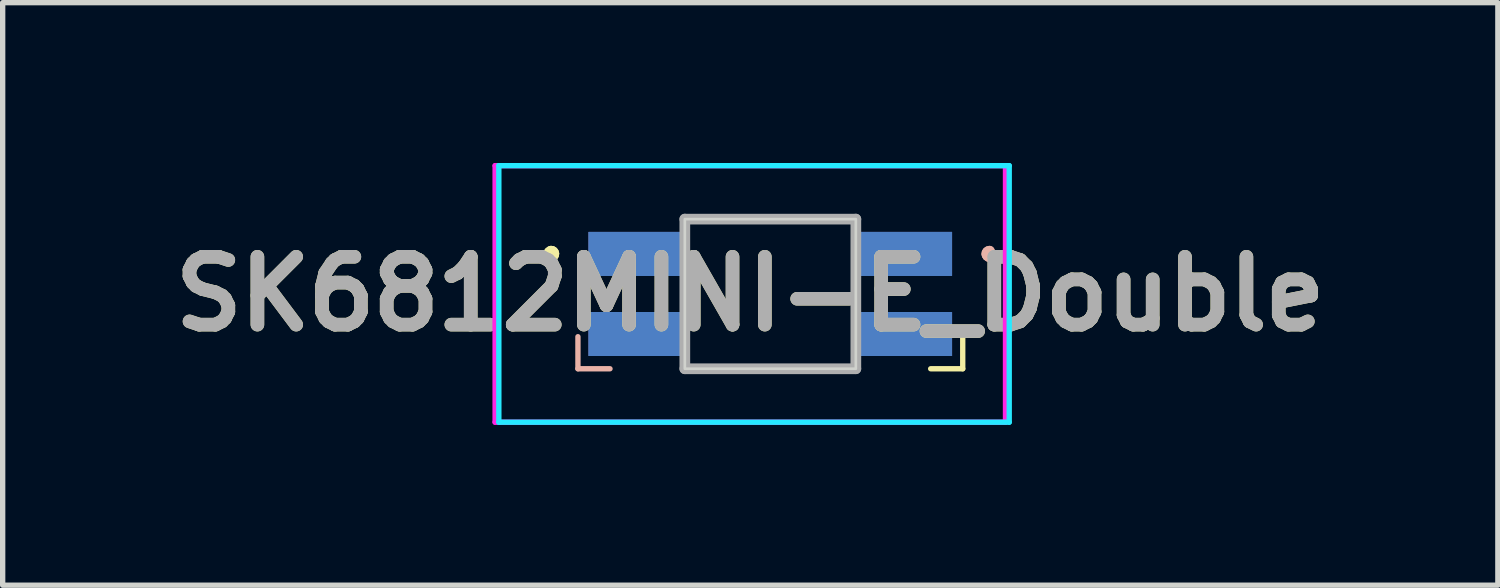
<source format=kicad_pcb>
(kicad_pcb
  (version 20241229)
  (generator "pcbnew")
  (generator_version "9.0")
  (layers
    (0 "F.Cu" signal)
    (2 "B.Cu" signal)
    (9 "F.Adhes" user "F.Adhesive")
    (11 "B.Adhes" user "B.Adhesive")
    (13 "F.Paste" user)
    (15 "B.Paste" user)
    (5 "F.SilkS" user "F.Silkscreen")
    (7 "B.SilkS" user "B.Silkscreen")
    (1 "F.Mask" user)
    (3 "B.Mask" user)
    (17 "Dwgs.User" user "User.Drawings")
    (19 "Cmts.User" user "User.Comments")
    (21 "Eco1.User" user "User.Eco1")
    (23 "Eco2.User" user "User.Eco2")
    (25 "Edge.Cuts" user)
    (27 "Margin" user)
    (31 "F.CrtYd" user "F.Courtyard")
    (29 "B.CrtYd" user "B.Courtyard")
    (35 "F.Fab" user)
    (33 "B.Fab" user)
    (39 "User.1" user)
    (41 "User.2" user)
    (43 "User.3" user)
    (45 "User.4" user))
  (footprint "SK6812MINI-E_Double"
    (layer "F.Cu")
    (at 11.364 2.45)
    (property "Reference" "SK6812MINI-E_Double" (at -0.375 0 0) (layer "F.SilkS") (effects (font (size 1.27 1.27) (thickness 0.254))))
    (attr smd)
    (fp_line (start -4.1 -0.7) (end -4.1 -0.7) (stroke (width 0.2) (type solid)) (layer "F.SilkS"))
    (fp_line (start -4.1 -0.7) (end -4.1 -0.7) (stroke (width 0.2) (type solid)) (layer "F.SilkS"))
    (fp_line (start -1.25 -1.4) (end -1.25 -1.4) (stroke (width 0.1) (type solid)) (layer "F.SilkS"))
    (fp_line (start -1.25 1.4) (end -1.25 1.4) (stroke (width 0.1) (type solid)) (layer "F.SilkS"))
    (fp_line (start 1.25 -1.4) (end -1.25 -1.4) (stroke (width 0.1) (type solid)) (layer "F.SilkS"))
    (fp_line (start 1.25 -1.4) (end 1.25 -1.4) (stroke (width 0.1) (type solid)) (layer "F.SilkS"))
    (fp_line (start 1.25 1.4) (end -1.25 1.4) (stroke (width 0.1) (type solid)) (layer "F.SilkS"))
    (fp_line (start 1.25 1.4) (end 1.25 1.4) (stroke (width 0.1) (type solid)) (layer "F.SilkS"))
    (fp_line (start 3 1.4) (end 3.6 1.4) (stroke (width 0.1) (type default)) (layer "F.SilkS"))
    (fp_line (start 3.6 1.4) (end 3.6 0.8) (stroke (width 0.1) (type default)) (layer "F.SilkS"))
    (fp_arc (start -4.1 -0.8) (mid -4.05 -0.75) (end -4.1 -0.7) (stroke (width 0.2) (type solid)) (layer "F.SilkS"))
    (fp_arc (start -4.1 -0.8) (mid -4.05 -0.75) (end -4.1 -0.7) (stroke (width 0.2) (type solid)) (layer "F.SilkS"))
    (fp_arc (start -4.1 -0.7) (mid -4.15 -0.75) (end -4.1 -0.8) (stroke (width 0.2) (type solid)) (layer "F.SilkS"))
    (fp_line (start -3.6 1.4) (end -3.6 0.8) (stroke (width 0.1) (type default)) (layer "B.SilkS"))
    (fp_line (start -3 1.4) (end -3.6 1.4) (stroke (width 0.1) (type default)) (layer "B.SilkS"))
    (fp_line (start -1.25 -1.4) (end -1.25 -1.4) (stroke (width 0.1) (type solid)) (layer "B.SilkS"))
    (fp_line (start -1.25 -1.4) (end 1.25 -1.4) (stroke (width 0.1) (type solid)) (layer "B.SilkS"))
    (fp_line (start -1.25 1.4) (end -1.25 1.4) (stroke (width 0.1) (type solid)) (layer "B.SilkS"))
    (fp_line (start -1.25 1.4) (end 1.25 1.4) (stroke (width 0.1) (type solid)) (layer "B.SilkS"))
    (fp_line (start 1.25 -1.4) (end 1.25 -1.4) (stroke (width 0.1) (type solid)) (layer "B.SilkS"))
    (fp_line (start 1.25 1.4) (end 1.25 1.4) (stroke (width 0.1) (type solid)) (layer "B.SilkS"))
    (fp_line (start 4.1 -0.7) (end 4.1 -0.7) (stroke (width 0.2) (type solid)) (layer "B.SilkS"))
    (fp_line (start 4.1 -0.7) (end 4.1 -0.7) (stroke (width 0.2) (type solid)) (layer "B.SilkS"))
    (fp_arc (start 4.1 -0.7) (mid 4.05 -0.75) (end 4.1 -0.8) (stroke (width 0.2) (type solid)) (layer "B.SilkS"))
    (fp_arc (start 4.1 -0.7) (mid 4.05 -0.75) (end 4.1 -0.8) (stroke (width 0.2) (type solid)) (layer "B.SilkS"))
    (fp_rect (start -1.6 -1.4) (end 1.6 1.4) (stroke (width 0.05) (type default)) (fill no) (layer "Edge.Cuts"))
    (fp_line (start -5.08 -2.4) (end -5.08 2.4) (stroke (width 0.1) (type solid)) (layer "B.CrtYd"))
    (fp_line (start -5.08 2.4) (end 4.47 2.4) (stroke (width 0.1) (type solid)) (layer "B.CrtYd"))
    (fp_line (start 4.47 -2.4) (end -5.08 -2.4) (stroke (width 0.1) (type solid)) (layer "B.CrtYd"))
    (fp_line (start 4.47 2.4) (end 4.47 -2.4) (stroke (width 0.1) (type solid)) (layer "B.CrtYd"))
    (fp_line (start -5.15 -2.4) (end 4.4 -2.4) (stroke (width 0.1) (type solid)) (layer "F.CrtYd"))
    (fp_line (start -5.15 2.4) (end -5.15 -2.4) (stroke (width 0.1) (type solid)) (layer "F.CrtYd"))
    (fp_line (start 4.4 -2.4) (end 4.4 2.4) (stroke (width 0.1) (type solid)) (layer "F.CrtYd"))
    (fp_line (start 4.4 2.4) (end -5.15 2.4) (stroke (width 0.1) (type solid)) (layer "F.CrtYd"))
    (fp_line (start -1.6 -1.4) (end -1.6 1.4) (stroke (width 0.2) (type solid)) (layer "F.Fab"))
    (fp_line (start -1.6 1.4) (end 1.6 1.4) (stroke (width 0.2) (type solid)) (layer "F.Fab"))
    (fp_line (start 1.6 -1.4) (end -1.6 -1.4) (stroke (width 0.2) (type solid)) (layer "F.Fab"))
    (fp_line (start 1.6 1.4) (end 1.6 -1.4) (stroke (width 0.2) (type solid)) (layer "F.Fab"))
    (fp_text user "${REFERENCE}" (at -0.375 0 0) (layer "F.Fab") (effects (font (size 1.27 1.27) (thickness 0.254))))
    (pad "1" smd rect (at -2.5 -0.75 90) (size 0.82 1.8) (layers "F.Cu" "F.Mask" "F.Paste"))
    (pad "1" smd rect (at 2.5 -0.75 270) (size 0.82 1.8) (layers "B.Cu" "B.Mask" "B.Paste"))
    (pad "1" smd rect (at 2.5 -0.75 270) (size 0.82 1.8) (layers "B.Cu" "B.Mask" "B.Paste"))
    (pad "1" smd rect (at 2.5 -0.75 270) (size 0.82 1.8) (layers "B.Cu" "B.Mask" "B.Paste"))
    (pad "2" smd rect (at -2.5 0.75 90) (size 0.82 1.8) (layers "F.Cu" "F.Mask" "F.Paste"))
    (pad "2" smd rect (at 2.5 0.75 270) (size 0.82 1.8) (layers "B.Cu" "B.Mask" "B.Paste"))
    (pad "2" smd rect (at 2.5 0.75 270) (size 0.82 1.8) (layers "B.Cu" "B.Mask" "B.Paste"))
    (pad "2" smd rect (at 2.5 0.75 270) (size 0.82 1.8) (layers "B.Cu" "B.Mask" "B.Paste"))
    (pad "3" smd rect (at -2.5 0.75 270) (size 0.82 1.8) (layers "B.Cu" "B.Mask" "B.Paste"))
    (pad "3" smd rect (at -2.5 0.75 270) (size 0.82 1.8) (layers "B.Cu" "B.Mask" "B.Paste"))
    (pad "3" smd rect (at -2.5 0.75 270) (size 0.82 1.8) (layers "B.Cu" "B.Mask" "B.Paste"))
    (pad "3" smd rect (at 2.5 0.75 90) (size 0.82 1.8) (layers "F.Cu" "F.Mask" "F.Paste"))
    (pad "4" smd rect (at -2.5 -0.75 270) (size 0.82 1.8) (layers "B.Cu" "B.Mask" "B.Paste"))
    (pad "4" smd rect (at -2.5 -0.75 270) (size 0.82 1.8) (layers "B.Cu" "B.Mask" "B.Paste"))
    (pad "4" smd rect (at -2.5 -0.75 270) (size 0.82 1.8) (layers "B.Cu" "B.Mask" "B.Paste"))
    (pad "4" smd rect (at 2.5 -0.75 90) (size 0.82 1.8) (layers "F.Cu" "F.Mask" "F.Paste")))
  (gr_rect
    (start -3 -3)
    (end 24.977 7.9)
    (stroke (width 0.1) (type default))
    (fill no)
    (layer "Edge.Cuts")))
</source>
